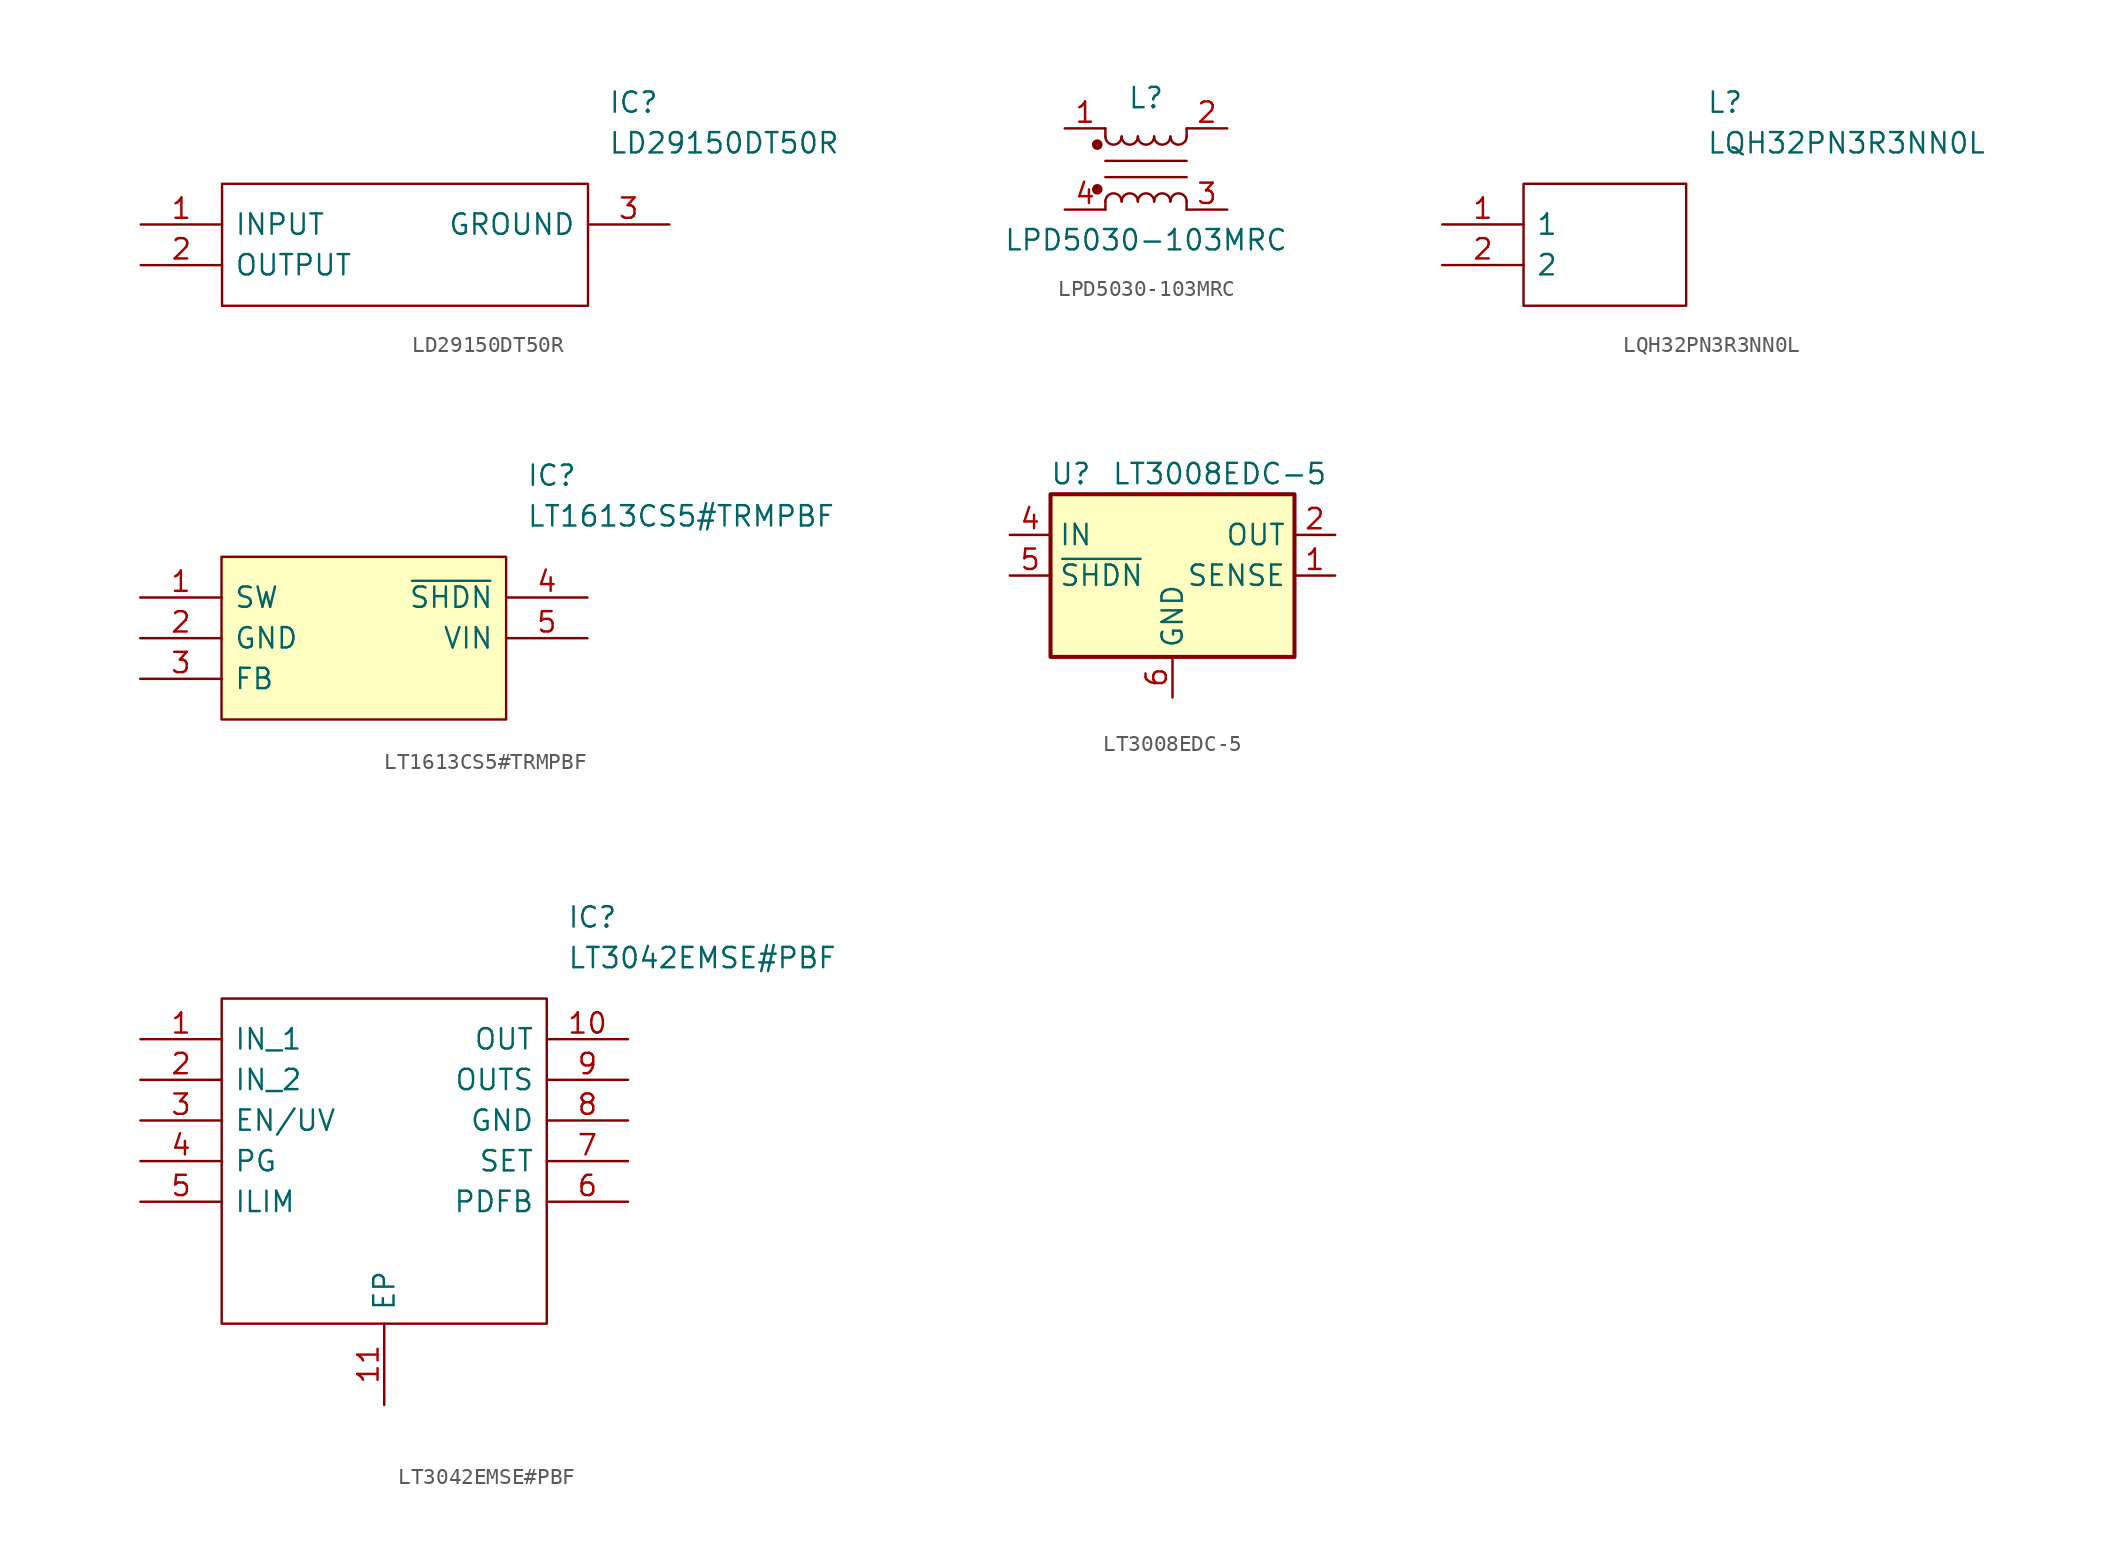
<source format=kicad_sym>
(kicad_symbol_lib
  (version 20220914)
  (generator kicad_symbol_editor)
  (symbol "LD29150DT50R"
    (pin_names
      (offset 0.762))
    (property "Reference" "IC"
      (at 29.21 7.62 0)
      (effects (font (size 1.27 1.27)) (justify left)))
    (property "Value" "LD29150DT50R"
      (at 29.21 5.08 0)
      (effects (font (size 1.27 1.27)) (justify left)))
    (symbol "LD29150DT50R_0_0"
      (pin bidirectional line (at 0 0 0) (length 5.08) (name "INPUT" (effects (font (size 1.27 1.27)))) (number "1" (effects (font (size 1.27 1.27)))))
      (pin bidirectional line (at 0 -2.54 0) (length 5.08) (name "OUTPUT" (effects (font (size 1.27 1.27)))) (number "2" (effects (font (size 1.27 1.27)))))
      (pin bidirectional line (at 33.02 0 180) (length 5.08) (name "GROUND" (effects (font (size 1.27 1.27)))) (number "3" (effects (font (size 1.27 1.27))))))
    (symbol "LD29150DT50R_0_1"
      (polyline (pts (xy 5.08 2.54) (xy 27.94 2.54) (xy 27.94 -5.08) (xy 5.08 -5.08) (xy 5.08 2.54)) (stroke (width 0.152) (type default)) (fill (type none)))))
  (symbol "LPD5030-103MRC"
    (pin_names
      (offset 0.254) hide)
    (property "Reference" "L"
      (at 0 4.445 0)
      (effects (font (size 1.27 1.27))))
    (property "Value" "LPD5030-103MRC"
      (at 0 -4.445 0)
      (effects (font (size 1.27 1.27))))
    (symbol "LPD5030-103MRC_0_1"
      (circle (center -3.048 -1.27) (radius 0.254) (stroke (width 0) (type default)) (fill (type outline)))
      (circle (center -3.048 1.524) (radius 0.254) (stroke (width 0) (type default)) (fill (type outline)))
      (arc (start -2.54 2.032) (mid -2.032 1.5262) (end -1.524 2.032) (stroke (width 0) (type default)) (fill (type none)))
      (arc (start -1.524 -2.032) (mid -2.032 -1.5262) (end -2.54 -2.032) (stroke (width 0) (type default)) (fill (type none)))
      (arc (start -1.524 2.032) (mid -1.016 1.5262) (end -0.508 2.032) (stroke (width 0) (type default)) (fill (type none)))
      (arc (start -0.508 -2.032) (mid -1.016 -1.5262) (end -1.524 -2.032) (stroke (width 0) (type default)) (fill (type none)))
      (arc (start -0.508 2.032) (mid 0 1.5262) (end 0.508 2.032) (stroke (width 0) (type default)) (fill (type none)))
      (polyline (pts (xy -2.54 -2.032) (xy -2.54 -2.54)) (stroke (width 0) (type default)) (fill (type none)))
      (polyline (pts (xy -2.54 0.508) (xy 2.54 0.508)) (stroke (width 0) (type default)) (fill (type none)))
      (polyline (pts (xy -2.54 2.032) (xy -2.54 2.54)) (stroke (width 0) (type default)) (fill (type none)))
      (polyline (pts (xy 2.54 -2.032) (xy 2.54 -2.54)) (stroke (width 0) (type default)) (fill (type none)))
      (polyline (pts (xy 2.54 -0.508) (xy -2.54 -0.508)) (stroke (width 0) (type default)) (fill (type none)))
      (polyline (pts (xy 2.54 2.54) (xy 2.54 2.032)) (stroke (width 0) (type default)) (fill (type none)))
      (arc (start 0.508 -2.032) (mid 0 -1.5262) (end -0.508 -2.032) (stroke (width 0) (type default)) (fill (type none)))
      (arc (start 0.508 2.032) (mid 1.016 1.5262) (end 1.524 2.032) (stroke (width 0) (type default)) (fill (type none)))
      (arc (start 1.524 -2.032) (mid 1.016 -1.5262) (end 0.508 -2.032) (stroke (width 0) (type default)) (fill (type none)))
      (arc (start 1.524 2.032) (mid 2.032 1.5262) (end 2.54 2.032) (stroke (width 0) (type default)) (fill (type none)))
      (arc (start 2.54 -2.032) (mid 2.032 -1.5262) (end 1.524 -2.032) (stroke (width 0) (type default)) (fill (type none))))
    (symbol "LPD5030-103MRC_1_1"
      (pin passive line (at -5.08 2.54 0) (length 2.54) (name "1" (effects (font (size 1.27 1.27)))) (number "1" (effects (font (size 1.27 1.27)))))
      (pin passive line (at 5.08 2.54 180) (length 2.54) (name "2" (effects (font (size 1.27 1.27)))) (number "2" (effects (font (size 1.27 1.27)))))
      (pin passive line (at 5.08 -2.54 180) (length 2.54) (name "3" (effects (font (size 1.27 1.27)))) (number "3" (effects (font (size 1.27 1.27)))))
      (pin passive line (at -5.08 -2.54 0) (length 2.54) (name "4" (effects (font (size 1.27 1.27)))) (number "4" (effects (font (size 1.27 1.27)))))))
  (symbol "LQH32PN3R3NN0L"
    (pin_names
      (offset 0.762))
    (property "Reference" "L"
      (at 16.51 7.62 0)
      (effects (font (size 1.27 1.27)) (justify left)))
    (property "Value" "LQH32PN3R3NN0L"
      (at 16.51 5.08 0)
      (effects (font (size 1.27 1.27)) (justify left)))
    (symbol "LQH32PN3R3NN0L_0_0"
      (pin passive line (at 0 0 0) (length 5.08) (name "1" (effects (font (size 1.27 1.27)))) (number "1" (effects (font (size 1.27 1.27)))))
      (pin passive line (at 0 -2.54 0) (length 5.08) (name "2" (effects (font (size 1.27 1.27)))) (number "2" (effects (font (size 1.27 1.27))))))
    (symbol "LQH32PN3R3NN0L_0_1"
      (polyline (pts (xy 5.08 2.54) (xy 15.24 2.54) (xy 15.24 -5.08) (xy 5.08 -5.08) (xy 5.08 2.54)) (stroke (width 0.152) (type default)) (fill (type none)))))
  (symbol "LT1613CS5#TRMPBF"
    (pin_names
      (offset 0.762))
    (property "Reference" "IC"
      (at 24.13 7.62 0)
      (effects (font (size 1.27 1.27)) (justify left)))
    (property "Value" "LT1613CS5#TRMPBF"
      (at 24.13 5.08 0)
      (effects (font (size 1.27 1.27)) (justify left)))
    (symbol "LT1613CS5#TRMPBF_0_0"
      (pin passive line (at 0 0 0) (length 5.08) (name "SW" (effects (font (size 1.27 1.27)))) (number "1" (effects (font (size 1.27 1.27)))))
      (pin power_in line (at 0 -2.54 0) (length 5.08) (name "GND" (effects (font (size 1.27 1.27)))) (number "2" (effects (font (size 1.27 1.27)))))
      (pin passive line (at 0 -5.08 0) (length 5.08) (name "FB" (effects (font (size 1.27 1.27)))) (number "3" (effects (font (size 1.27 1.27)))))
      (pin passive line (at 27.94 0 180) (length 5.08) (name "~{SHDN}" (effects (font (size 1.27 1.27)))) (number "4" (effects (font (size 1.27 1.27)))))
      (pin input line (at 27.94 -2.54 180) (length 5.08) (name "VIN" (effects (font (size 1.27 1.27)))) (number "5" (effects (font (size 1.27 1.27))))))
    (symbol "LT1613CS5#TRMPBF_0_1"
      (polyline (pts (xy 5.08 2.54) (xy 22.86 2.54) (xy 22.86 -7.62) (xy 5.08 -7.62) (xy 5.08 2.54)) (stroke (width 0.152) (type default)) (fill (type background)))))
  (symbol "LT3008EDC-5"
    (property "Reference" "U"
      (at -6.35 6.35 0)
      (effects (font (size 1.27 1.27))))
    (property "Value" "LT3008EDC-5"
      (at -3.81 6.35 0)
      (effects (font (size 1.27 1.27)) (justify left)))
    (symbol "LT3008EDC-5_0_1"
      (rectangle (start -7.62 5.08) (end 7.62 -5.08) (stroke (width 0.254) (type default)) (fill (type background))))
    (symbol "LT3008EDC-5_1_1"
      (pin input line (at 10.16 0 180) (length 2.54) (name "SENSE" (effects (font (size 1.27 1.27)))) (number "1" (effects (font (size 1.27 1.27)))))
      (pin power_out line (at 10.16 2.54 180) (length 2.54) (name "OUT" (effects (font (size 1.27 1.27)))) (number "2" (effects (font (size 1.27 1.27)))))
      (pin power_out line (at 10.16 2.54 180) (length 2.54) hide (name "OUT" (effects (font (size 1.27 1.27)))) (number "3" (effects (font (size 1.27 1.27)))))
      (pin power_in line (at -10.16 2.54 0) (length 2.54) (name "IN" (effects (font (size 1.27 1.27)))) (number "4" (effects (font (size 1.27 1.27)))))
      (pin input line (at -10.16 0 0) (length 2.54) (name "~{SHDN}" (effects (font (size 1.27 1.27)))) (number "5" (effects (font (size 1.27 1.27)))))
      (pin power_in line (at 0 -7.62 90) (length 2.54) (name "GND" (effects (font (size 1.27 1.27)))) (number "6" (effects (font (size 1.27 1.27)))))
      (pin power_in line (at 0 -7.62 90) (length 2.54) hide (name "GND" (effects (font (size 1.27 1.27)))) (number "7" (effects (font (size 1.27 1.27)))))))
  (symbol "LT3042EMSE#PBF"
    (pin_names
      (offset 0.762))
    (property "Reference" "IC"
      (at 26.67 7.62 0)
      (effects (font (size 1.27 1.27)) (justify left)))
    (property "Value" "LT3042EMSE#PBF"
      (at 26.67 5.08 0)
      (effects (font (size 1.27 1.27)) (justify left)))
    (symbol "LT3042EMSE#PBF_0_0"
      (pin bidirectional line (at 0 0 0) (length 5.08) (name "IN_1" (effects (font (size 1.27 1.27)))) (number "1" (effects (font (size 1.27 1.27)))))
      (pin bidirectional line (at 30.48 0 180) (length 5.08) (name "OUT" (effects (font (size 1.27 1.27)))) (number "10" (effects (font (size 1.27 1.27)))))
      (pin bidirectional line (at 15.24 -22.86 90) (length 5.08) (name "EP" (effects (font (size 1.27 1.27)))) (number "11" (effects (font (size 1.27 1.27)))))
      (pin bidirectional line (at 0 -2.54 0) (length 5.08) (name "IN_2" (effects (font (size 1.27 1.27)))) (number "2" (effects (font (size 1.27 1.27)))))
      (pin bidirectional line (at 0 -5.08 0) (length 5.08) (name "EN/UV" (effects (font (size 1.27 1.27)))) (number "3" (effects (font (size 1.27 1.27)))))
      (pin bidirectional line (at 0 -7.62 0) (length 5.08) (name "PG" (effects (font (size 1.27 1.27)))) (number "4" (effects (font (size 1.27 1.27)))))
      (pin bidirectional line (at 0 -10.16 0) (length 5.08) (name "ILIM" (effects (font (size 1.27 1.27)))) (number "5" (effects (font (size 1.27 1.27)))))
      (pin bidirectional line (at 30.48 -10.16 180) (length 5.08) (name "PDFB" (effects (font (size 1.27 1.27)))) (number "6" (effects (font (size 1.27 1.27)))))
      (pin bidirectional line (at 30.48 -7.62 180) (length 5.08) (name "SET" (effects (font (size 1.27 1.27)))) (number "7" (effects (font (size 1.27 1.27)))))
      (pin bidirectional line (at 30.48 -5.08 180) (length 5.08) (name "GND" (effects (font (size 1.27 1.27)))) (number "8" (effects (font (size 1.27 1.27)))))
      (pin bidirectional line (at 30.48 -2.54 180) (length 5.08) (name "OUTS" (effects (font (size 1.27 1.27)))) (number "9" (effects (font (size 1.27 1.27))))))
    (symbol "LT3042EMSE#PBF_0_1"
      (polyline (pts (xy 5.08 2.54) (xy 25.4 2.54) (xy 25.4 -17.78) (xy 5.08 -17.78) (xy 5.08 2.54)) (stroke (width 0.152) (type default)) (fill (type none))))))
</source>
